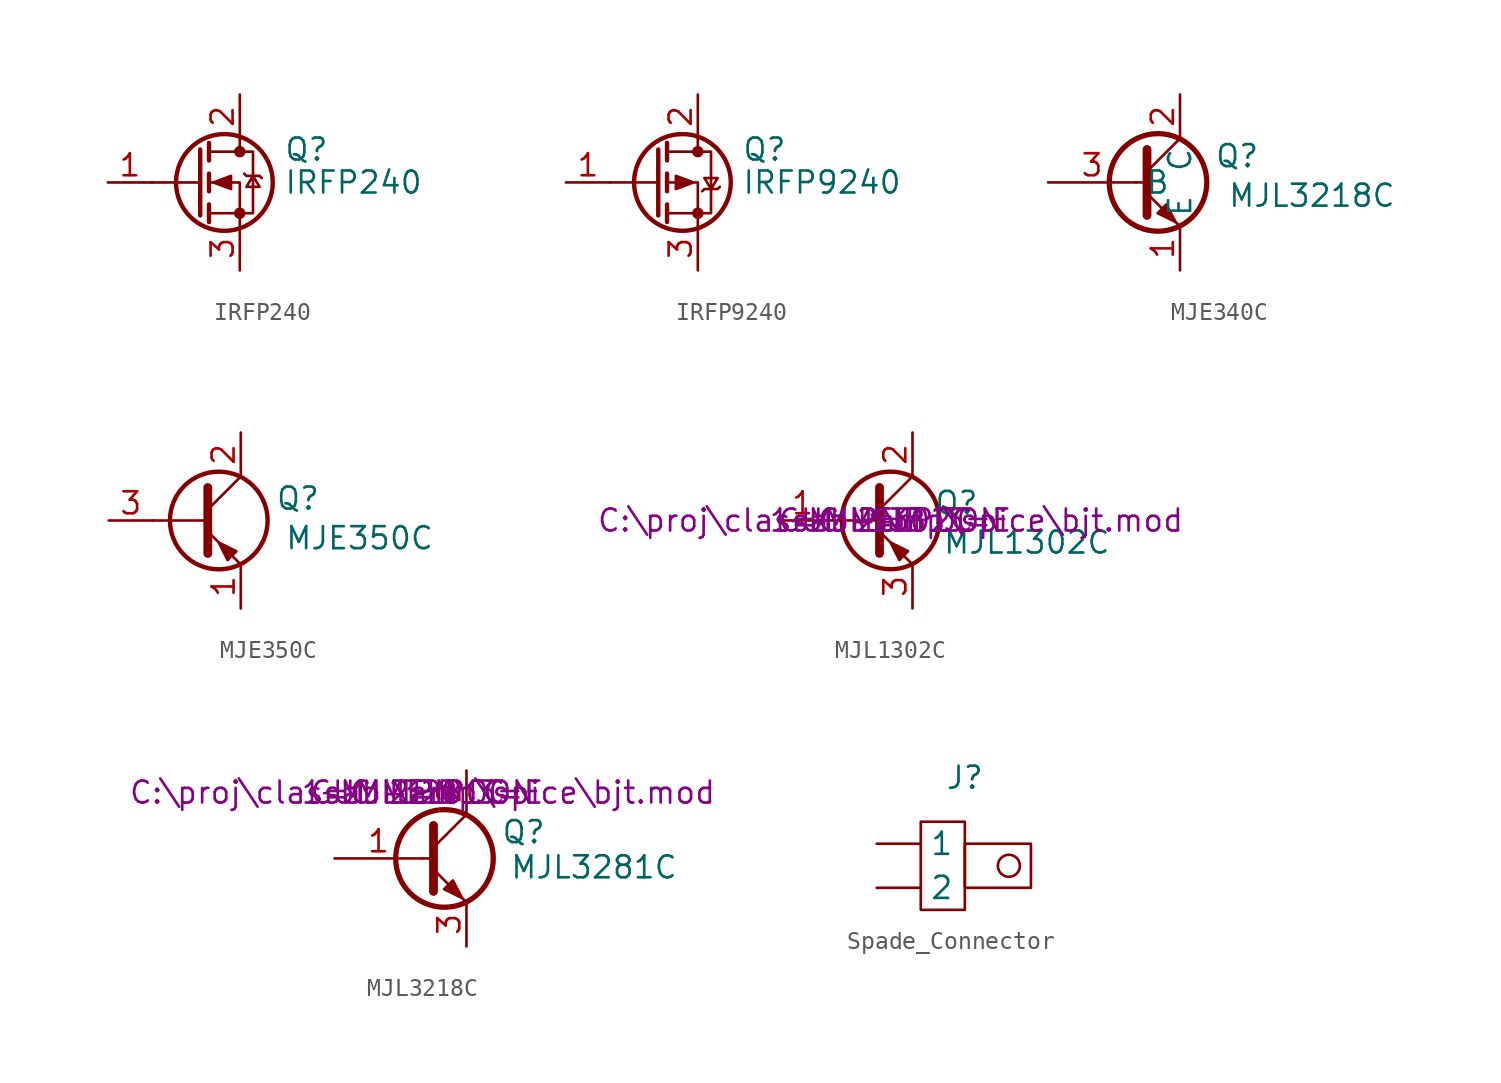
<source format=kicad_sym>
(kicad_symbol_lib
  (version 20231120)
  (generator "kicad_symbol_editor")
  (generator_version "8.0")
  (symbol "IRFP240"
    (pin_names hide)
    (property "Reference" "Q"
      (at 5.08 1.905 0)
      (effects (font (size 1.27 1.27)) (justify left)))
    (property "Value" "IRFP240"
      (at 5.08 0 0)
      (effects (font (size 1.27 1.27)) (justify left)))
    (symbol "IRFP240_0_1"
      (polyline (pts (xy 0.254 0) (xy -2.54 0)) (stroke (width 0) (type default)) (fill (type none)))
      (polyline (pts (xy 0.254 1.905) (xy 0.254 -1.905)) (stroke (width 0.254) (type default)) (fill (type none)))
      (polyline (pts (xy 0.762 -1.27) (xy 0.762 -2.286)) (stroke (width 0.254) (type default)) (fill (type none)))
      (polyline (pts (xy 0.762 0.508) (xy 0.762 -0.508)) (stroke (width 0.254) (type default)) (fill (type none)))
      (polyline (pts (xy 0.762 2.286) (xy 0.762 1.27)) (stroke (width 0.254) (type default)) (fill (type none)))
      (polyline (pts (xy 2.54 2.54) (xy 2.54 1.778)) (stroke (width 0) (type default)) (fill (type none)))
      (polyline (pts (xy 2.54 -2.54) (xy 2.54 0) (xy 0.762 0)) (stroke (width 0) (type default)) (fill (type none)))
      (polyline (pts (xy 0.762 -1.778) (xy 3.302 -1.778) (xy 3.302 1.778) (xy 0.762 1.778)) (stroke (width 0) (type default)) (fill (type none)))
      (polyline (pts (xy 1.016 0) (xy 2.032 0.381) (xy 2.032 -0.381) (xy 1.016 0)) (stroke (width 0) (type default)) (fill (type outline)))
      (polyline (pts (xy 2.794 0.508) (xy 2.921 0.381) (xy 3.683 0.381) (xy 3.81 0.254)) (stroke (width 0) (type default)) (fill (type none)))
      (polyline (pts (xy 3.302 0.381) (xy 2.921 -0.254) (xy 3.683 -0.254) (xy 3.302 0.381)) (stroke (width 0) (type default)) (fill (type none)))
      (circle (center 1.651 0) (radius 2.794) (stroke (width 0.254) (type default)) (fill (type none)))
      (circle (center 2.54 -1.778) (radius 0.254) (stroke (width 0) (type default)) (fill (type outline)))
      (circle (center 2.54 1.778) (radius 0.254) (stroke (width 0) (type default)) (fill (type outline))))
    (symbol "IRFP240_1_1"
      (pin input line (at -5.08 0 0) (length 2.54) (name "G" (effects (font (size 1.27 1.27)))) (number "1" (effects (font (size 1.27 1.27)))))
      (pin passive line (at 2.54 5.08 270) (length 2.54) (name "D" (effects (font (size 1.27 1.27)))) (number "2" (effects (font (size 1.27 1.27)))))
      (pin passive line (at 2.54 -5.08 90) (length 2.54) (name "S" (effects (font (size 1.27 1.27)))) (number "3" (effects (font (size 1.27 1.27)))))))
  (symbol "IRFP9240"
    (pin_names hide)
    (property "Reference" "Q"
      (at 5.08 1.905 0)
      (effects (font (size 1.27 1.27)) (justify left)))
    (property "Value" "IRFP9240"
      (at 5.08 0 0)
      (effects (font (size 1.27 1.27)) (justify left)))
    (symbol "IRFP9240_0_1"
      (polyline (pts (xy 0.254 0) (xy -2.54 0)) (stroke (width 0) (type default)) (fill (type none)))
      (polyline (pts (xy 0.254 1.905) (xy 0.254 -1.905)) (stroke (width 0.254) (type default)) (fill (type none)))
      (polyline (pts (xy 0.762 -1.27) (xy 0.762 -2.286)) (stroke (width 0.254) (type default)) (fill (type none)))
      (polyline (pts (xy 0.762 0.508) (xy 0.762 -0.508)) (stroke (width 0.254) (type default)) (fill (type none)))
      (polyline (pts (xy 0.762 2.286) (xy 0.762 1.27)) (stroke (width 0.254) (type default)) (fill (type none)))
      (polyline (pts (xy 2.54 2.54) (xy 2.54 1.778)) (stroke (width 0) (type default)) (fill (type none)))
      (polyline (pts (xy 2.54 -2.54) (xy 2.54 0) (xy 0.762 0)) (stroke (width 0) (type default)) (fill (type none)))
      (polyline (pts (xy 0.762 1.778) (xy 3.302 1.778) (xy 3.302 -1.778) (xy 0.762 -1.778)) (stroke (width 0) (type default)) (fill (type none)))
      (polyline (pts (xy 2.286 0) (xy 1.27 0.381) (xy 1.27 -0.381) (xy 2.286 0)) (stroke (width 0) (type default)) (fill (type outline)))
      (polyline (pts (xy 2.794 -0.508) (xy 2.921 -0.381) (xy 3.683 -0.381) (xy 3.81 -0.254)) (stroke (width 0) (type default)) (fill (type none)))
      (polyline (pts (xy 3.302 -0.381) (xy 2.921 0.254) (xy 3.683 0.254) (xy 3.302 -0.381)) (stroke (width 0) (type default)) (fill (type none)))
      (circle (center 1.651 0) (radius 2.794) (stroke (width 0.254) (type default)) (fill (type none)))
      (circle (center 2.54 -1.778) (radius 0.254) (stroke (width 0) (type default)) (fill (type outline)))
      (circle (center 2.54 1.778) (radius 0.254) (stroke (width 0) (type default)) (fill (type outline))))
    (symbol "IRFP9240_1_1"
      (pin input line (at -5.08 0 0) (length 2.54) (name "G" (effects (font (size 1.27 1.27)))) (number "1" (effects (font (size 1.27 1.27)))))
      (pin passive line (at 2.54 5.08 270) (length 2.54) (name "D" (effects (font (size 1.27 1.27)))) (number "2" (effects (font (size 1.27 1.27)))))
      (pin passive line (at 2.54 -5.08 90) (length 2.54) (name "S" (effects (font (size 1.27 1.27)))) (number "3" (effects (font (size 1.27 1.27)))))))
  (symbol "MJE340C"
    (property "Reference" "Q"
      (at 5.842 -2.286 0)
      (effects (font (size 1.27 1.27))))
    (property "Value" "MJL3218C"
      (at 10.16 -4.572 0)
      (effects (font (size 1.27 1.27))))
    (symbol "MJE340C_0_1"
      (polyline (pts (xy 0 -3.81) (xy 0.635 -3.81)) (stroke (width 0) (type default)) (fill (type none)))
      (polyline (pts (xy 2.54 -6.35) (xy 0.635 -4.445)) (stroke (width 0) (type default)) (fill (type none)))
      (polyline (pts (xy 2.54 -1.27) (xy 0.635 -3.175)) (stroke (width 0) (type default)) (fill (type none)))
      (polyline (pts (xy 0.635 -1.905) (xy 0.635 -5.715) (xy 0.635 -5.715)) (stroke (width 0.508) (type default)) (fill (type outline)))
      (polyline (pts (xy 1.245 -5.588) (xy 1.753 -5.08) (xy 2.286 -6.096) (xy 1.245 -5.588) (xy 1.245 -5.588)) (stroke (width 0) (type default)) (fill (type outline)))
      (circle (center 1.27 -3.81) (radius 2.819) (stroke (width 0.305) (type default)) (fill (type none))))
    (symbol "MJE340C_1_1"
      (pin passive line (at 2.54 -8.89 90) (length 2.54) (name "E" (effects (font (size 1.27 1.27)))) (number "1" (effects (font (size 1.27 1.27)))))
      (pin passive line (at 2.54 1.27 270) (length 2.54) (name "C" (effects (font (size 1.27 1.27)))) (number "2" (effects (font (size 1.27 1.27)))))
      (pin input line (at -5.08 -3.81 0) (length 5.08) (name "B" (effects (font (size 1.27 1.27)))) (number "3" (effects (font (size 1.27 1.27)))))))
  (symbol "MJE350C"
    (pin_names hide)
    (property "Reference" "Q"
      (at 5.842 1.27 0)
      (effects (font (size 1.27 1.27))))
    (property "Value" "MJE350C"
      (at 9.398 -1.016 0)
      (effects (font (size 1.27 1.27))))
    (symbol "MJE350C_0_1"
      (polyline (pts (xy -2.54 0) (xy 0.635 0)) (stroke (width 0.152) (type default)) (fill (type none)))
      (polyline (pts (xy 0.635 0.635) (xy 2.54 2.54)) (stroke (width 0) (type default)) (fill (type none)))
      (polyline (pts (xy 0.635 -0.635) (xy 2.54 -2.54) (xy 2.54 -2.54)) (stroke (width 0) (type default)) (fill (type none)))
      (polyline (pts (xy 0.635 1.905) (xy 0.635 -1.905) (xy 0.635 -1.905)) (stroke (width 0.508) (type default)) (fill (type none)))
      (polyline (pts (xy 2.286 -1.778) (xy 1.778 -2.286) (xy 1.27 -1.27) (xy 2.286 -1.778) (xy 2.286 -1.778)) (stroke (width 0) (type default)) (fill (type outline)))
      (circle (center 1.27 0) (radius 2.819) (stroke (width 0.254) (type default)) (fill (type none))))
    (symbol "MJE350C_1_1"
      (pin open_emitter line (at 2.54 -5.08 90) (length 2.54) (name "E" (effects (font (size 1.27 1.27)))) (number "1" (effects (font (size 1.27 1.27)))))
      (pin open_collector line (at 2.54 5.08 270) (length 2.54) (name "C" (effects (font (size 1.27 1.27)))) (number "2" (effects (font (size 1.27 1.27)))))
      (pin input line (at -5.08 0 0) (length 2.54) (name "B" (effects (font (size 1.27 1.27)))) (number "3" (effects (font (size 1.27 1.27)))))))
  (symbol "MJL1302C"
    (pin_names hide)
    (property "Reference" "Q"
      (at 3.81 1.016 0)
      (effects (font (size 1.27 1.27))))
    (property "Value" "MJL1302C"
      (at 7.874 -1.27 0)
      (effects (font (size 1.27 1.27))))
    (property "Sim.Library" "C:\\proj\\classab-amp\\spice\\bjt.mod"
      (at 0 0 0)
      (effects (font (size 1.27 1.27))))
    (property "Sim.Name" "MJL1302C"
      (at 0 0 0)
      (effects (font (size 1.27 1.27))))
    (property "Sim.Device" "PNP"
      (at 0 0 0)
      (effects (font (size 1.27 1.27))))
    (property "Sim.Type" "GUMMELPOON"
      (at 0 0 0)
      (effects (font (size 1.27 1.27))))
    (property "Sim.Pins" "1=C 2=B 3=E"
      (at 0 0 0)
      (effects (font (size 1.27 1.27))))
    (symbol "MJL1302C_0_1"
      (polyline (pts (xy -3.81 0) (xy -0.635 0)) (stroke (width 0.152) (type default)) (fill (type none)))
      (polyline (pts (xy -0.635 0.635) (xy 1.27 2.54)) (stroke (width 0) (type default)) (fill (type none)))
      (polyline (pts (xy -0.635 -0.635) (xy 1.27 -2.54) (xy 1.27 -2.54)) (stroke (width 0) (type default)) (fill (type none)))
      (polyline (pts (xy -0.635 1.905) (xy -0.635 -1.905) (xy -0.635 -1.905)) (stroke (width 0.508) (type default)) (fill (type none)))
      (polyline (pts (xy 1.016 -1.778) (xy 0.508 -2.286) (xy 0 -1.27) (xy 1.016 -1.778) (xy 1.016 -1.778)) (stroke (width 0) (type default)) (fill (type outline)))
      (circle (center 0 0) (radius 2.819) (stroke (width 0.254) (type default)) (fill (type none))))
    (symbol "MJL1302C_1_1"
      (pin input line (at -6.35 0 0) (length 2.54) (name "B" (effects (font (size 1.27 1.27)))) (number "1" (effects (font (size 1.27 1.27)))))
      (pin open_collector line (at 1.27 5.08 270) (length 2.54) (name "C" (effects (font (size 1.27 1.27)))) (number "2" (effects (font (size 1.27 1.27)))))
      (pin open_emitter line (at 1.27 -5.08 90) (length 2.54) (name "E" (effects (font (size 1.27 1.27)))) (number "3" (effects (font (size 1.27 1.27)))))))
  (symbol "MJL3218C"
    (pin_names hide)
    (property "Reference" "Q"
      (at 5.842 -2.286 0)
      (effects (font (size 1.27 1.27))))
    (property "Value" "MJL3281C"
      (at 9.906 -4.318 0)
      (effects (font (size 1.27 1.27))))
    (property "Sim.Library" "C:\\proj\\classab-amp\\spice\\bjt.mod"
      (at 0 0 0)
      (effects (font (size 1.27 1.27))))
    (property "Sim.Name" "MJL3281C"
      (at 0 0 0)
      (effects (font (size 1.27 1.27))))
    (property "Sim.Device" "NPN"
      (at 0 0 0)
      (effects (font (size 1.27 1.27))))
    (property "Sim.Type" "GUMMELPOON"
      (at 0 0 0)
      (effects (font (size 1.27 1.27))))
    (property "Sim.Pins" "1=C 2=B 3=E"
      (at 0 0 0)
      (effects (font (size 1.27 1.27))))
    (symbol "MJL3218C_0_1"
      (polyline (pts (xy 0 -3.81) (xy 0.635 -3.81)) (stroke (width 0) (type default)) (fill (type none)))
      (polyline (pts (xy 2.54 -6.35) (xy 0.635 -4.445)) (stroke (width 0) (type default)) (fill (type none)))
      (polyline (pts (xy 2.54 -1.27) (xy 0.635 -3.175)) (stroke (width 0) (type default)) (fill (type none)))
      (polyline (pts (xy 0.635 -1.905) (xy 0.635 -5.715) (xy 0.635 -5.715)) (stroke (width 0.508) (type default)) (fill (type outline)))
      (polyline (pts (xy 1.245 -5.588) (xy 1.753 -5.08) (xy 2.286 -6.096) (xy 1.245 -5.588) (xy 1.245 -5.588)) (stroke (width 0) (type default)) (fill (type outline)))
      (circle (center 1.27 -3.81) (radius 2.819) (stroke (width 0.305) (type default)) (fill (type none))))
    (symbol "MJL3218C_1_1"
      (pin passive line (at -5.08 -3.81 0) (length 5.08) (name "B" (effects (font (size 1.27 1.27)))) (number "1" (effects (font (size 1.27 1.27)))))
      (pin passive line (at 2.54 1.27 270) (length 2.54) (name "C" (effects (font (size 1.27 1.27)))) (number "2" (effects (font (size 1.27 1.27)))))
      (pin passive line (at 2.54 -8.89 90) (length 2.54) (name "E" (effects (font (size 1.27 1.27)))) (number "3" (effects (font (size 1.27 1.27)))))))
  (symbol "Spade_Connector"
    (pin_numbers hide)
    (property "Reference" "J"
      (at 0 2.54 0)
      (effects (font (size 1.27 1.27))))
    (property "Value" ""
      (at -5.08 0 0)
      (effects (font (size 1.27 1.27))))
    (symbol "Spade_Connector_0_1"
      (rectangle (start -2.54 0) (end 0 -5.08) (stroke (width 0) (type default)) (fill (type none)))
      (rectangle (start 0 -1.27) (end 3.81 -3.81) (stroke (width 0) (type default)) (fill (type none)))
      (circle (center 2.54 -2.54) (radius 0.635) (stroke (width 0) (type default)) (fill (type none))))
    (symbol "Spade_Connector_1_1"
      (pin passive line (at -5.08 -1.27 0) (length 2.54) (name "1" (effects (font (size 1.27 1.27)))) (number "1" (effects (font (size 1.27 1.27)))))
      (pin passive line (at -5.08 -3.81 0) (length 2.54) (name "2" (effects (font (size 1.27 1.27)))) (number "2" (effects (font (size 1.27 1.27))))))))
</source>
